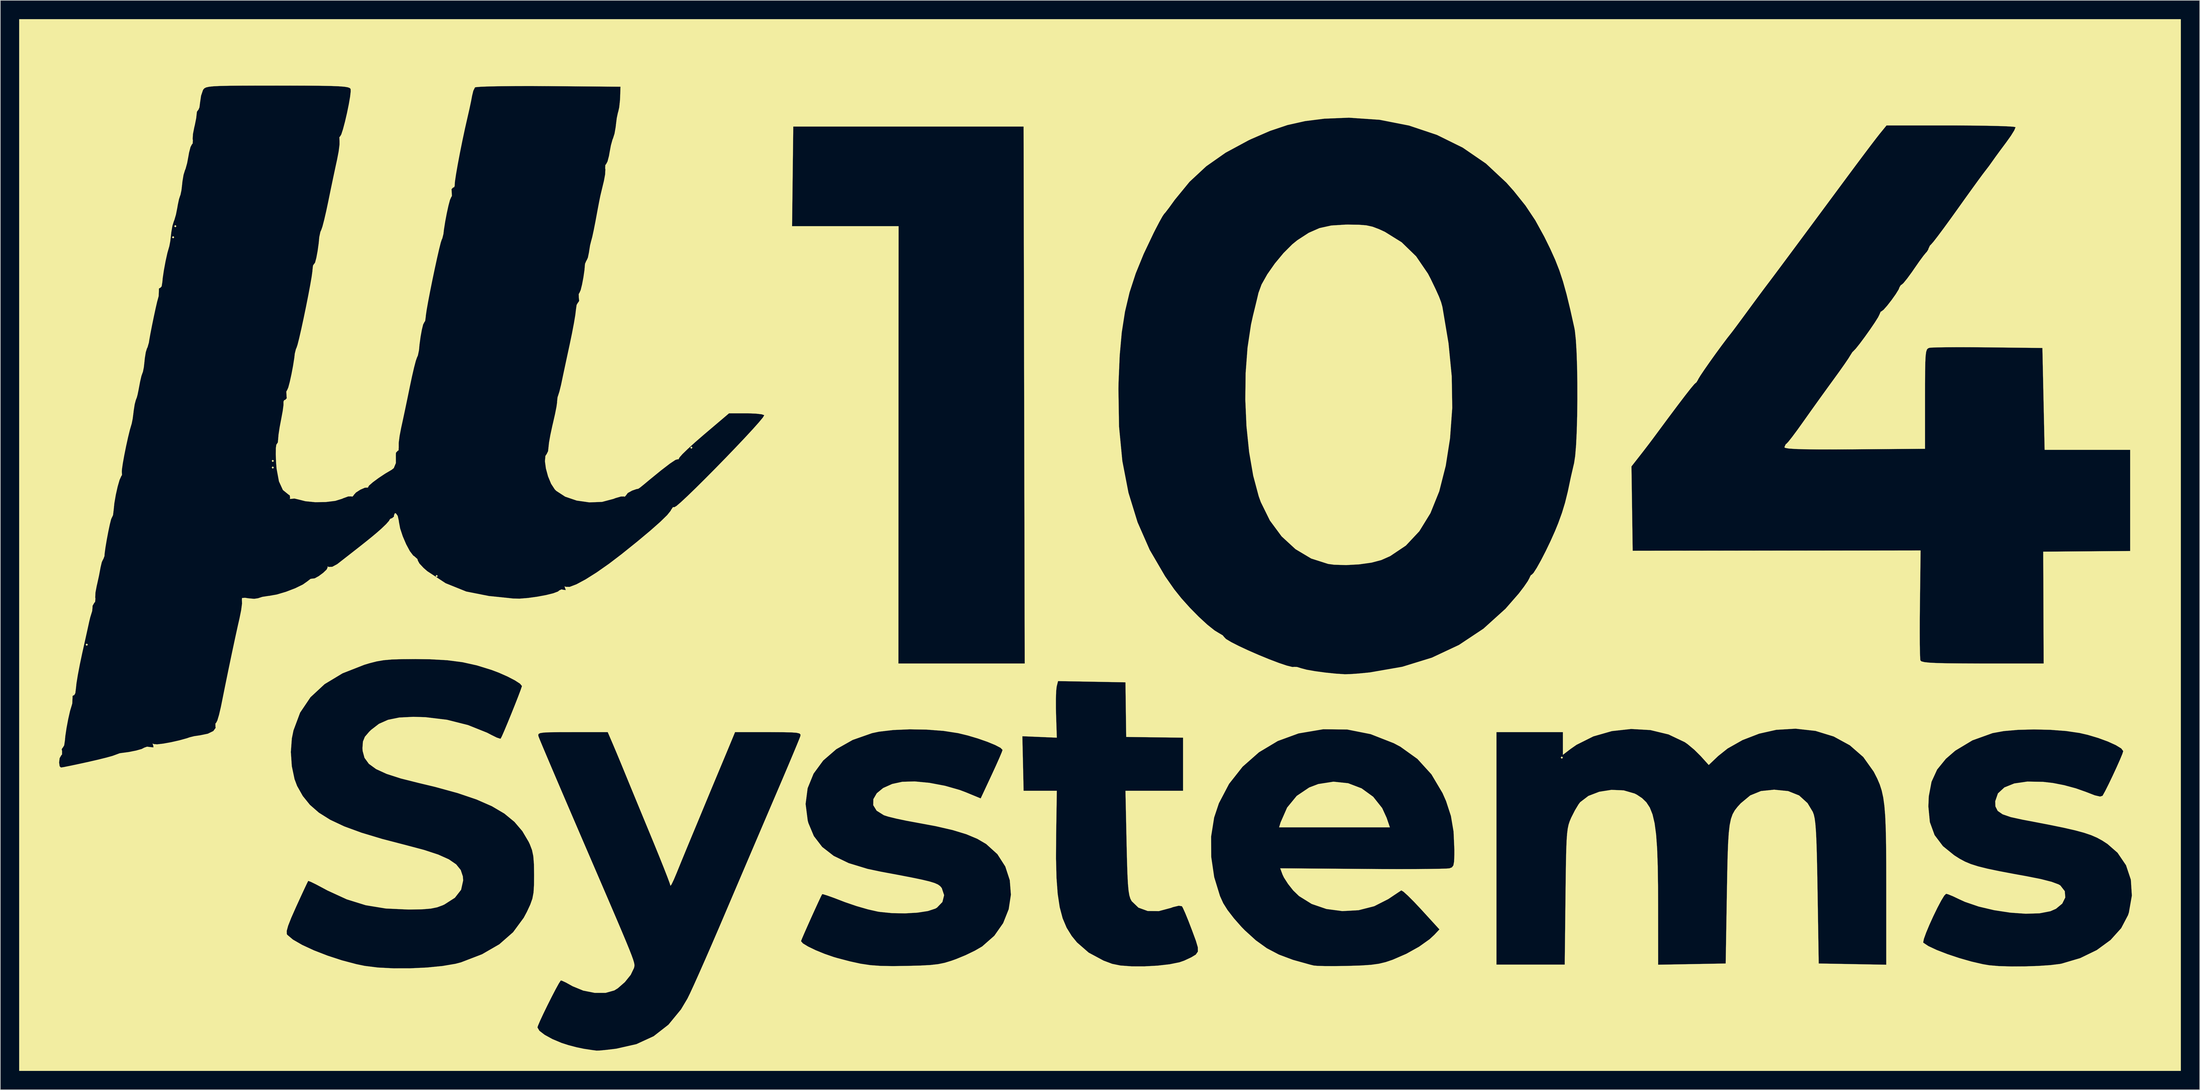
<source format=kicad_pcb>
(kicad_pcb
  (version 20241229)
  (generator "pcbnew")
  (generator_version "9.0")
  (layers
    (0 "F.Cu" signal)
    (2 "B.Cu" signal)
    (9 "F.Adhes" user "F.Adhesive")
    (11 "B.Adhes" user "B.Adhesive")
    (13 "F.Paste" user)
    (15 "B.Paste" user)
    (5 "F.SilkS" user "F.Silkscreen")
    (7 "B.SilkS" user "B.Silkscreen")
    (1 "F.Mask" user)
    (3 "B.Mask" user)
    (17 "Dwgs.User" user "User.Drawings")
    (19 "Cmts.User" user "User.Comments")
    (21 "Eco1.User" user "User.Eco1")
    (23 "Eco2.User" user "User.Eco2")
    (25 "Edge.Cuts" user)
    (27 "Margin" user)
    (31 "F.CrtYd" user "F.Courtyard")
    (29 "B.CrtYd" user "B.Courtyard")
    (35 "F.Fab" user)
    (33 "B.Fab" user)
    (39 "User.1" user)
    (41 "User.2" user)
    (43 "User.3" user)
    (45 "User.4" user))
  (footprint "logosmall"
    (layer "F.Cu")
    (at 172.161 83.613)
    (property "Reference" "logosmall" (at 0 0 0) (layer "F.SilkS") (effects (font (size 1.524 1.524) (thickness 0.3))))
    (attr through_hole)
    (fp_poly (pts (xy -161.219 16.051) (xy -161.396 16.228) (xy -161.572 16.051) (xy -161.396 15.875) (xy -161.219 16.051)) (stroke (width 0.01) (type solid)) (fill yes) (layer "F.SilkS"))
    (fp_poly (pts (xy -147.461 -48.86) (xy -147.637 -48.683) (xy -147.814 -48.86) (xy -147.637 -49.036) (xy -147.461 -48.86)) (stroke (width 0.01) (type solid)) (fill yes) (layer "F.SilkS"))
    (fp_poly (pts (xy -147.108 -50.624) (xy -147.285 -50.447) (xy -147.461 -50.624) (xy -147.285 -50.8) (xy -147.108 -50.624)) (stroke (width 0.01) (type solid)) (fill yes) (layer "F.SilkS"))
    (fp_poly (pts (xy -131.586 -13.229) (xy -131.762 -13.053) (xy -131.939 -13.229) (xy -131.762 -13.406) (xy -131.586 -13.229)) (stroke (width 0.01) (type solid)) (fill yes) (layer "F.SilkS"))
    (fp_poly (pts (xy -131.586 -12.171) (xy -131.762 -11.994) (xy -131.939 -12.171) (xy -131.762 -12.347) (xy -131.586 -12.171)) (stroke (width 0.01) (type solid)) (fill yes) (layer "F.SilkS"))
    (fp_poly (pts (xy -105.481 5.115) (xy -105.657 5.292) (xy -105.833 5.115) (xy -105.657 4.939) (xy -105.481 5.115)) (stroke (width 0.01) (type solid)) (fill yes) (layer "F.SilkS"))
    (fp_poly (pts (xy -64.911 -15.346) (xy -65.088 -15.169) (xy -65.264 -15.346) (xy -65.088 -15.522) (xy -64.911 -15.346)) (stroke (width 0.01) (type solid)) (fill yes) (layer "F.SilkS"))
    (fp_poly (pts (xy 73.731 34.043) (xy 73.554 34.219) (xy 73.378 34.043) (xy 73.554 33.867) (xy 73.731 34.043)) (stroke (width 0.01) (type solid)) (fill yes) (layer "F.SilkS"))
    (fp_poly (pts (xy 39.527 38.13) (xy 41.671 38.95) (xy 43.513 40.287) (xy 44.942 42.085) (xy 45.653 43.636) (xy 46.171 45.156) (xy 28.527 45.156) (xy 28.767 44.362) (xy 29.803 42.007) (xy 31.331 40.146) (xy 33.319 38.808) (xy 34.768 38.256) (xy 37.189 37.881) (xy 39.527 38.13)) (stroke (width 0.01) (type solid)) (fill yes) (layer "F.SilkS"))
    (fp_poly (pts (xy 41.202 -50.856) (xy 42.412 -50.761) (xy 43.408 -50.543) (xy 44.436 -50.154) (xy 45.378 -49.72) (xy 48.046 -48.061) (xy 50.35 -45.823) (xy 52.235 -43.064) (xy 52.659 -42.251) (xy 53.458 -40.592) (xy 53.993 -39.403) (xy 54.326 -38.53) (xy 54.523 -37.819) (xy 54.552 -37.678) (xy 55.508 -31.976) (xy 56.024 -26.687) (xy 56.104 -21.674) (xy 55.749 -16.801) (xy 55.068 -12.457) (xy 54.032 -8.377) (xy 52.63 -4.899) (xy 50.86 -2.021) (xy 48.722 0.259) (xy 46.213 1.943) (xy 44.798 2.57) (xy 43.25 2.979) (xy 41.291 3.253) (xy 39.206 3.371) (xy 37.281 3.313) (xy 36.336 3.187) (xy 33.636 2.324) (xy 31.143 0.838) (xy 28.927 -1.202) (xy 27.06 -3.727) (xy 25.611 -6.668) (xy 25.279 -7.592) (xy 24.404 -10.87) (xy 23.752 -14.647) (xy 23.331 -18.748) (xy 23.144 -23.001) (xy 23.198 -27.233) (xy 23.499 -31.272) (xy 24.051 -34.944) (xy 24.359 -36.336) (xy 24.712 -37.776) (xy 25.01 -39.009) (xy 25.203 -39.833) (xy 25.237 -39.988) (xy 25.73 -41.334) (xy 26.642 -42.955) (xy 27.847 -44.677) (xy 29.218 -46.33) (xy 30.628 -47.74) (xy 31.431 -48.391) (xy 33.241 -49.566) (xy 34.961 -50.322) (xy 36.833 -50.733) (xy 39.103 -50.874) (xy 39.533 -50.877) (xy 41.202 -50.856)) (stroke (width 0.01) (type solid)) (fill yes) (layer "F.SilkS"))
    (fp_poly (pts (xy 172.156 83.961) (xy -172.156 83.961) (xy -172.156 77.04) (xy -89.606 77.04) (xy -89.291 77.577) (xy -88.447 78.223) (xy -87.22 78.895) (xy -85.761 79.508) (xy -84.667 79.86) (xy -83.36 80.202) (xy -82.204 80.442) (xy -80.84 80.649) (xy -80.194 80.733) (xy -79.665 80.714) (xy -78.639 80.616) (xy -77.317 80.458) (xy -77.019 80.419) (xy -73.843 79.701) (xy -71.095 78.437) (xy -68.741 76.602) (xy -66.741 74.167) (xy -65.717 72.448) (xy -65.312 71.621) (xy -64.675 70.239) (xy -63.849 68.397) (xy -62.875 66.191) (xy -61.796 63.715) (xy -61.616 63.295) (xy -47.625 63.295) (xy -47.315 63.653) (xy -46.487 64.154) (xy -45.297 64.729) (xy -43.899 65.303) (xy -42.446 65.807) (xy -41.833 65.986) (xy -39.823 66.513) (xy -38.144 66.881) (xy -36.586 67.113) (xy -34.939 67.233) (xy -32.995 67.264) (xy -30.692 67.233) (xy -28.584 67.177) (xy -27.005 67.091) (xy -25.779 66.953) (xy -24.729 66.736) (xy -23.679 66.417) (xy -22.931 66.149) (xy -21.414 65.525) (xy -19.935 64.81) (xy -18.805 64.155) (xy -18.765 64.129) (xy -16.835 62.432) (xy -15.427 60.421) (xy -14.543 58.203) (xy -14.19 55.886) (xy -14.37 53.579) (xy -15.087 51.389) (xy -16.347 49.426) (xy -18.137 47.807) (xy -19.559 46.977) (xy -21.303 46.248) (xy -23.469 45.59) (xy -26.154 44.971) (xy -29.069 44.429) (xy -30.83 44.104) (xy -32.442 43.764) (xy -33.715 43.452) (xy -34.42 43.228) (xy -35.58 42.501) (xy -36.124 41.618) (xy -36.101 40.664) (xy -35.557 39.726) (xy -34.541 38.891) (xy -33.099 38.245) (xy -31.5 37.899) (xy -29.519 37.841) (xy -27.165 38.067) (xy -24.69 38.535) (xy -22.348 39.203) (xy -21.409 39.557) (xy -19.006 40.548) (xy -17.264 36.818) (xy -16.579 35.328) (xy -16.02 34.073) (xy -15.648 33.188) (xy -15.522 32.818) (xy -15.84 32.488) (xy -16.696 32.039) (xy -17.946 31.525) (xy -19.444 31.002) (xy -20.666 30.637) (xy -12.369 30.637) (xy -12.27 34.986) (xy -12.171 39.335) (xy -6.879 39.335) (xy -6.989 46.39) (xy -7.01 50.101) (xy -6.933 53.196) (xy -6.742 55.763) (xy -6.421 57.888) (xy -5.952 59.655) (xy -5.319 61.153) (xy -4.506 62.467) (xy -3.665 63.497) (xy -1.802 65.121) (xy 0.567 66.393) (xy 1.94 66.907) (xy 3.253 67.172) (xy 5.03 67.302) (xy 7.064 67.306) (xy 9.151 67.194) (xy 11.085 66.974) (xy 12.66 66.656) (xy 13.406 66.396) (xy 14.537 65.868) (xy 15.251 65.438) (xy 15.587 64.957) (xy 15.582 64.272) (xy 15.275 63.232) (xy 14.705 61.688) (xy 14.642 61.519) (xy 14.077 60.046) (xy 13.575 58.818) (xy 13.2 57.987) (xy 13.045 57.72) (xy 12.547 57.644) (xy 11.649 57.857) (xy 11.305 57.984) (xy 9.365 58.504) (xy 7.598 58.486) (xy 6.119 57.949) (xy 5.046 56.918) (xy 4.838 56.527) (xy 4.676 56) (xy 4.549 55.244) (xy 4.451 54.167) (xy 4.372 52.675) (xy 4.306 50.677) (xy 4.243 48.079) (xy 4.233 47.642) (xy 4.211 46.598) (xy 17.699 46.598) (xy 17.71 49.846) (xy 18.187 53.091) (xy 19.107 56.096) (xy 19.626 57.245) (xy 20.307 58.329) (xy 21.335 59.661) (xy 22.533 61.019) (xy 23.069 61.568) (xy 24.825 63.164) (xy 26.576 64.422) (xy 28.492 65.43) (xy 30.744 66.274) (xy 33.501 67.042) (xy 34.043 67.173) (xy 34.647 67.228) (xy 35.801 67.259) (xy 37.35 67.263) (xy 39.139 67.241) (xy 39.511 67.233) (xy 41.607 67.166) (xy 43.183 67.059) (xy 44.421 66.888) (xy 45.508 66.626) (xy 46.626 66.248) (xy 46.63 66.246) (xy 48.797 65.304) (xy 50.823 64.174) (xy 52.497 62.983) (xy 53.247 62.289) (xy 54.066 61.417) (xy 51.155 58.231) (xy 50.02 57.023) (xy 49.049 56.051) (xy 48.341 55.412) (xy 47.996 55.2) (xy 47.989 55.203) (xy 47.581 55.47) (xy 46.776 56.007) (xy 45.919 56.582) (xy 43.673 57.723) (xy 41.185 58.358) (xy 38.601 58.501) (xy 36.062 58.164) (xy 33.713 57.36) (xy 31.696 56.103) (xy 30.767 55.206) (xy 29.951 54.171) (xy 29.303 53.163) (xy 29.08 52.698) (xy 28.703 51.682) (xy 41.78 51.782) (xy 44.779 51.8) (xy 47.578 51.807) (xy 50.095 51.802) (xy 52.243 51.788) (xy 53.941 51.763) (xy 55.103 51.73) (xy 55.646 51.689) (xy 55.651 51.687) (xy 56.049 51.537) (xy 56.286 51.224) (xy 56.403 50.594) (xy 56.442 49.49) (xy 56.444 48.725) (xy 56.316 45.835) (xy 55.895 43.341) (xy 55.124 40.977) (xy 54.556 39.688) (xy 52.788 36.707) (xy 50.557 34.253) (xy 47.839 32.304) (xy 46.795 31.75) (xy 43.109 30.306) (xy 41.492 29.986) (xy 63.147 29.986) (xy 63.147 67.028) (xy 74.022 67.028) (xy 74.144 56.18) (xy 74.181 53.115) (xy 74.218 50.669) (xy 74.262 48.757) (xy 74.32 47.293) (xy 74.397 46.19) (xy 74.5 45.363) (xy 74.635 44.725) (xy 74.809 44.191) (xy 75.027 43.675) (xy 75.07 43.581) (xy 75.643 42.45) (xy 76.215 41.499) (xy 76.478 41.15) (xy 77.787 40.152) (xy 79.52 39.487) (xy 81.466 39.183) (xy 83.413 39.267) (xy 85.149 39.769) (xy 85.517 39.958) (xy 86.34 40.505) (xy 87.02 41.164) (xy 87.57 42.004) (xy 88.004 43.093) (xy 88.334 44.499) (xy 88.574 46.289) (xy 88.737 48.532) (xy 88.835 51.296) (xy 88.883 54.648) (xy 88.893 57.424) (xy 88.9 67.046) (xy 99.66 66.851) (xy 99.847 55.739) (xy 99.905 52.463) (xy 99.966 49.811) (xy 100.044 47.702) (xy 100.149 46.054) (xy 100.296 44.787) (xy 100.496 43.818) (xy 100.761 43.067) (xy 101.105 42.452) (xy 101.54 41.892) (xy 102.063 41.321) (xy 103.571 40.069) (xy 105.278 39.374) (xy 107.375 39.158) (xy 107.387 39.158) (xy 109.613 39.381) (xy 111.357 40.08) (xy 112.695 41.298) (xy 113.53 42.686) (xy 113.696 43.132) (xy 113.832 43.746) (xy 113.943 44.606) (xy 114.035 45.786) (xy 114.111 47.364) (xy 114.176 49.415) (xy 114.234 52.016) (xy 114.291 55.244) (xy 114.293 55.386) (xy 114.476 66.851) (xy 125.236 67.046) (xy 125.236 63.477) (xy 131.116 63.477) (xy 131.138 63.539) (xy 131.944 64.075) (xy 133.277 64.699) (xy 134.975 65.356) (xy 136.875 65.989) (xy 138.814 66.543) (xy 140.629 66.962) (xy 141.64 67.132) (xy 143.171 67.262) (xy 145.125 67.321) (xy 147.288 67.311) (xy 149.445 67.238) (xy 151.38 67.108) (xy 152.881 66.924) (xy 153.163 66.87) (xy 156.134 65.991) (xy 158.762 64.715) (xy 160.962 63.108) (xy 162.652 61.23) (xy 163.747 59.147) (xy 163.885 58.721) (xy 164.357 56.032) (xy 164.196 53.496) (xy 163.426 51.193) (xy 162.072 49.201) (xy 160.465 47.798) (xy 159.642 47.263) (xy 158.807 46.805) (xy 157.867 46.398) (xy 156.731 46.016) (xy 155.306 45.632) (xy 153.502 45.219) (xy 151.224 44.752) (xy 148.383 44.204) (xy 146.981 43.941) (xy 145.069 43.524) (xy 143.768 43.076) (xy 142.985 42.534) (xy 142.626 41.834) (xy 142.59 41.001) (xy 143.022 39.749) (xy 144.049 38.799) (xy 145.624 38.165) (xy 147.695 37.864) (xy 150.215 37.91) (xy 151.782 38.09) (xy 153.558 38.438) (xy 155.441 38.947) (xy 157.032 39.509) (xy 157.066 39.523) (xy 158.447 40.058) (xy 159.295 40.255) (xy 159.685 40.13) (xy 159.689 40.124) (xy 160.1 39.381) (xy 160.66 38.269) (xy 161.29 36.954) (xy 161.915 35.604) (xy 162.457 34.385) (xy 162.839 33.465) (xy 162.983 33.009) (xy 162.664 32.584) (xy 161.798 32.055) (xy 160.527 31.479) (xy 158.991 30.915) (xy 157.33 30.421) (xy 156.027 30.12) (xy 153.863 29.804) (xy 151.369 29.615) (xy 148.747 29.556) (xy 146.205 29.623) (xy 143.945 29.819) (xy 142.174 30.141) (xy 142.169 30.142) (xy 138.956 31.297) (xy 136.227 32.937) (xy 134.732 34.232) (xy 133.335 35.949) (xy 132.443 37.896) (xy 132.006 40.216) (xy 131.939 41.827) (xy 132.177 44.321) (xy 132.931 46.391) (xy 134.262 48.154) (xy 136.055 49.607) (xy 136.918 50.157) (xy 137.772 50.616) (xy 138.722 51.012) (xy 139.875 51.376) (xy 141.335 51.74) (xy 143.21 52.133) (xy 145.603 52.586) (xy 147.588 52.945) (xy 149.855 53.396) (xy 151.574 53.837) (xy 152.683 54.248) (xy 152.968 54.421) (xy 153.668 55.322) (xy 153.751 56.326) (xy 153.267 57.305) (xy 152.266 58.132) (xy 151.377 58.521) (xy 149.646 58.853) (xy 147.455 58.92) (xy 144.987 58.747) (xy 142.428 58.358) (xy 139.961 57.777) (xy 137.77 57.029) (xy 136.887 56.626) (xy 135.855 56.134) (xy 135.058 55.812) (xy 134.766 55.739) (xy 134.467 56.039) (xy 133.981 56.837) (xy 133.378 57.979) (xy 132.73 59.311) (xy 132.108 60.681) (xy 131.585 61.934) (xy 131.23 62.917) (xy 131.116 63.477) (xy 125.236 63.477) (xy 125.236 54.587) (xy 125.23 50.936) (xy 125.207 47.909) (xy 125.157 45.425) (xy 125.072 43.403) (xy 124.942 41.763) (xy 124.759 40.423) (xy 124.514 39.301) (xy 124.198 38.317) (xy 123.802 37.391) (xy 123.317 36.439) (xy 123.221 36.261) (xy 121.574 33.95) (xy 119.429 32.079) (xy 116.864 30.68) (xy 113.957 29.787) (xy 110.788 29.435) (xy 107.714 29.617) (xy 104.992 30.228) (xy 102.333 31.254) (xy 99.965 32.593) (xy 98.464 33.789) (xy 96.96 35.22) (xy 95.666 33.788) (xy 94.659 32.789) (xy 93.583 31.891) (xy 93.135 31.578) (xy 90.553 30.352) (xy 87.661 29.656) (xy 84.605 29.482) (xy 81.529 29.821) (xy 78.578 30.665) (xy 75.899 32.005) (xy 74.97 32.652) (xy 73.731 33.598) (xy 73.731 29.986) (xy 63.147 29.986) (xy 41.492 29.986) (xy 39.365 29.565) (xy 35.549 29.526) (xy 31.649 30.186) (xy 31.604 30.197) (xy 28.315 31.399) (xy 25.324 33.191) (xy 22.71 35.495) (xy 20.554 38.231) (xy 18.934 41.32) (xy 18.179 43.583) (xy 17.699 46.598) (xy 4.211 46.598) (xy 4.057 39.335) (xy 13.229 39.335) (xy 13.229 30.868) (xy 8.7 30.81) (xy 4.172 30.752) (xy 4.114 26.4) (xy 4.057 22.049) (xy -1.314 21.951) (xy -6.685 21.854) (xy -6.903 22.723) (xy -6.984 23.437) (xy -7.026 24.659) (xy -7.025 26.19) (xy -7 27.23) (xy -6.879 30.868) (xy -12.369 30.637) (xy -20.666 30.637) (xy -21.045 30.524) (xy -22.603 30.146) (xy -22.609 30.145) (xy -24.939 29.787) (xy -27.582 29.585) (xy -30.319 29.538) (xy -32.933 29.648) (xy -35.206 29.914) (xy -36.311 30.147) (xy -39.396 31.229) (xy -42 32.699) (xy -44.089 34.505) (xy -45.624 36.596) (xy -46.572 38.922) (xy -46.895 41.431) (xy -46.559 44.072) (xy -46.447 44.485) (xy -45.58 46.551) (xy -44.254 48.28) (xy -42.42 49.705) (xy -40.031 50.859) (xy -37.038 51.772) (xy -34.925 52.22) (xy -32.155 52.735) (xy -29.997 53.151) (xy -28.367 53.49) (xy -27.181 53.774) (xy -26.357 54.026) (xy -25.811 54.269) (xy -25.459 54.525) (xy -25.218 54.817) (xy -25.199 54.846) (xy -24.831 55.963) (xy -25.102 57.05) (xy -25.962 57.944) (xy -26.235 58.104) (xy -27.41 58.491) (xy -29.082 58.747) (xy -31.053 58.861) (xy -33.123 58.825) (xy -35.096 58.627) (xy -35.413 58.576) (xy -36.945 58.23) (xy -38.785 57.699) (xy -40.596 57.081) (xy -41.04 56.911) (xy -42.39 56.392) (xy -43.467 56.008) (xy -44.123 55.809) (xy -44.252 55.798) (xy -44.446 56.17) (xy -44.847 57.022) (xy -45.385 58.193) (xy -45.989 59.525) (xy -46.585 60.859) (xy -47.105 62.037) (xy -47.475 62.901) (xy -47.625 63.291) (xy -47.625 63.295) (xy -61.616 63.295) (xy -60.654 61.065) (xy -59.962 59.443) (xy -58.624 56.302) (xy -57.17 52.893) (xy -55.677 49.394) (xy -54.221 45.985) (xy -52.879 42.846) (xy -51.727 40.154) (xy -51.603 39.864) (xy -50.607 37.533) (xy -49.699 35.394) (xy -48.918 33.539) (xy -48.301 32.059) (xy -47.889 31.048) (xy -47.72 30.603) (xy -47.702 30.366) (xy -47.874 30.198) (xy -48.335 30.088) (xy -49.186 30.025) (xy -50.526 29.995) (xy -52.455 29.986) (xy -52.837 29.986) (xy -58.132 29.986) (xy -58.677 31.309) (xy -59.045 32.196) (xy -59.598 33.526) (xy -60.252 35.093) (xy -60.698 36.16) (xy -61.41 37.864) (xy -62.117 39.561) (xy -62.715 41.003) (xy -62.974 41.628) (xy -63.482 42.856) (xy -64.146 44.455) (xy -64.849 46.145) (xy -65.098 46.743) (xy -65.824 48.493) (xy -66.588 50.351) (xy -67.256 51.987) (xy -67.418 52.388) (xy -67.888 53.499) (xy -68.242 54.236) (xy -68.418 54.472) (xy -68.427 54.439) (xy -68.56 54.004) (xy -68.927 53.018) (xy -69.489 51.578) (xy -70.208 49.784) (xy -71.043 47.734) (xy -71.478 46.678) (xy -72.442 44.347) (xy -73.392 42.047) (xy -74.268 39.921) (xy -75.011 38.117) (xy -75.56 36.779) (xy -75.669 36.513) (xy -76.322 34.922) (xy -76.992 33.312) (xy -77.548 31.995) (xy -77.615 31.838) (xy -78.411 29.986) (xy -84.032 29.986) (xy -86.134 29.989) (xy -87.628 30.008) (xy -88.612 30.055) (xy -89.184 30.143) (xy -89.44 30.284) (xy -89.48 30.493) (xy -89.426 30.7) (xy -89.245 31.16) (xy -88.812 32.201) (xy -88.155 33.757) (xy -87.304 35.762) (xy -86.286 38.149) (xy -85.129 40.852) (xy -83.862 43.805) (xy -82.514 46.942) (xy -82.482 47.016) (xy -80.734 51.074) (xy -79.245 54.533) (xy -77.995 57.444) (xy -76.962 59.857) (xy -76.128 61.821) (xy -75.472 63.387) (xy -74.975 64.605) (xy -74.615 65.525) (xy -74.373 66.196) (xy -74.229 66.669) (xy -74.164 66.994) (xy -74.156 67.22) (xy -74.186 67.398) (xy -74.234 67.578) (xy -74.235 67.584) (xy -74.753 68.66) (xy -75.681 69.812) (xy -76.801 70.792) (xy -77.366 71.14) (xy -78.754 71.528) (xy -80.479 71.529) (xy -82.307 71.169) (xy -84.003 70.473) (xy -84.165 70.382) (xy -85.084 69.874) (xy -85.719 69.583) (xy -85.891 69.554) (xy -86.198 70.026) (xy -86.709 70.954) (xy -87.344 72.177) (xy -88.024 73.532) (xy -88.669 74.86) (xy -89.198 75.998) (xy -89.531 76.786) (xy -89.606 77.04) (xy -172.156 77.04) (xy -172.156 61.656) (xy -129.543 61.656) (xy -129.534 62.141) (xy -129.459 62.278) (xy -128.547 63.045) (xy -127.081 63.891) (xy -125.199 64.761) (xy -123.039 65.599) (xy -120.739 66.35) (xy -118.438 66.958) (xy -117.122 67.23) (xy -115.019 67.494) (xy -112.533 67.62) (xy -109.858 67.617) (xy -107.191 67.49) (xy -104.727 67.248) (xy -102.661 66.898) (xy -101.776 66.665) (xy -98.426 65.377) (xy -95.68 63.791) (xy -93.486 61.868) (xy -91.792 59.568) (xy -91.285 58.62) (xy -90.749 57.469) (xy -90.411 56.52) (xy -90.227 55.543) (xy -90.152 54.305) (xy -90.139 52.74) (xy -90.165 50.996) (xy -90.264 49.743) (xy -90.47 48.767) (xy -90.818 47.856) (xy -91.012 47.449) (xy -92.011 45.759) (xy -93.275 44.277) (xy -94.87 42.965) (xy -96.863 41.788) (xy -99.321 40.711) (xy -102.309 39.699) (xy -105.893 38.715) (xy -108.479 38.096) (xy -111.376 37.368) (xy -113.631 36.64) (xy -115.304 35.875) (xy -116.458 35.035) (xy -117.153 34.08) (xy -117.452 32.974) (xy -117.475 32.511) (xy -117.403 31.491) (xy -117.093 30.727) (xy -116.405 29.923) (xy -116.093 29.621) (xy -114.855 28.667) (xy -113.407 28.023) (xy -111.623 27.66) (xy -109.377 27.548) (xy -107.456 27.604) (xy -104.019 28.017) (xy -100.659 28.864) (xy -97.629 30.077) (xy -96.93 30.442) (xy -96.091 30.856) (xy -95.546 31.033) (xy -95.461 31.019) (xy -95.265 30.636) (xy -94.878 29.751) (xy -94.363 28.522) (xy -93.783 27.106) (xy -93.203 25.66) (xy -92.685 24.34) (xy -92.293 23.303) (xy -92.09 22.706) (xy -92.075 22.633) (xy -92.381 22.263) (xy -93.2 21.733) (xy -94.38 21.121) (xy -95.771 20.507) (xy -96.909 20.077) (xy -99.248 19.352) (xy -101.532 18.845) (xy -103.966 18.529) (xy -106.751 18.373) (xy -109.013 18.344) (xy -111.169 18.357) (xy -112.801 18.41) (xy -114.089 18.523) (xy -115.216 18.715) (xy -116.362 19.008) (xy -117.192 19.258) (xy -120.649 20.614) (xy -123.504 22.335) (xy -125.757 24.424) (xy -127.411 26.881) (xy -128.466 29.708) (xy -128.727 30.983) (xy -128.886 33.152) (xy -128.732 35.416) (xy -128.297 37.484) (xy -127.891 38.561) (xy -126.986 40.163) (xy -125.85 41.571) (xy -124.415 42.823) (xy -122.613 43.955) (xy -120.377 45.006) (xy -117.638 46.01) (xy -114.329 47.006) (xy -110.564 47.986) (xy -107.666 48.755) (xy -105.408 49.497) (xy -103.724 50.251) (xy -102.552 51.055) (xy -101.827 51.95) (xy -101.486 52.975) (xy -101.44 53.622) (xy -101.767 55.105) (xy -102.755 56.373) (xy -104.412 57.438) (xy -104.701 57.573) (xy -105.577 57.896) (xy -106.594 58.102) (xy -107.928 58.212) (xy -109.755 58.249) (xy -110.184 58.249) (xy -113.776 58.086) (xy -116.961 57.565) (xy -119.973 56.629) (xy -123.044 55.22) (xy -123.756 54.837) (xy -124.865 54.247) (xy -125.702 53.839) (xy -126.108 53.69) (xy -126.121 53.694) (xy -126.295 54.036) (xy -126.702 54.896) (xy -127.281 56.145) (xy -127.974 57.658) (xy -128.038 57.797) (xy -128.826 59.58) (xy -129.318 60.834) (xy -129.543 61.656) (xy -172.156 61.656) (xy -172.156 34.819) (xy -165.799 34.819) (xy -165.713 35.424) (xy -165.506 35.631) (xy -165.061 35.558) (xy -164.077 35.362) (xy -162.704 35.072) (xy -161.25 34.755) (xy -159.639 34.385) (xy -158.267 34.045) (xy -157.291 33.775) (xy -156.881 33.626) (xy -156.157 33.357) (xy -155.934 33.322) (xy -154.723 33.162) (xy -153.553 32.93) (xy -152.647 32.678) (xy -152.225 32.458) (xy -151.787 32.307) (xy -151.286 32.368) (xy -150.762 32.424) (xy -150.797 32.129) (xy -150.812 32.104) (xy -150.906 31.808) (xy -150.681 31.899) (xy -150.178 31.933) (xy -149.198 31.818) (xy -147.947 31.592) (xy -146.628 31.294) (xy -145.444 30.965) (xy -144.992 30.809) (xy -144.274 30.632) (xy -143.326 30.492) (xy -142.104 30.24) (xy -141.234 29.817) (xy -140.863 29.309) (xy -140.888 29.1) (xy -140.894 28.609) (xy -140.787 28.51) (xy -140.591 28.135) (xy -140.322 27.238) (xy -140.029 25.99) (xy -139.944 25.576) (xy -139.398 22.854) (xy -138.827 20.065) (xy -138.264 17.371) (xy -137.744 14.934) (xy -137.301 12.916) (xy -137.058 11.857) (xy -136.799 10.578) (xy -136.661 9.532) (xy -136.674 8.941) (xy -136.677 8.932) (xy -136.664 8.621) (xy -136.185 8.581) (xy -135.661 8.663) (xy -134.728 8.748) (xy -134.074 8.652) (xy -134.039 8.633) (xy -133.427 8.435) (xy -132.476 8.289) (xy -132.341 8.277) (xy -131.116 8.06) (xy -129.655 7.627) (xy -128.195 7.068) (xy -126.975 6.473) (xy -126.283 5.986) (xy -125.748 5.571) (xy -125.469 5.529) (xy -125.088 5.489) (xy -124.438 5.129) (xy -123.733 4.608) (xy -123.187 4.089) (xy -123.017 3.73) (xy -123.033 3.705) (xy -123.041 3.581) (xy -122.851 3.671) (xy -122.288 3.647) (xy -121.51 3.229) (xy -121.44 3.176) (xy -119.455 1.629) (xy -117.935 0.438) (xy -116.786 -0.474) (xy -115.914 -1.182) (xy -115.224 -1.76) (xy -114.623 -2.286) (xy -114.476 -2.417) (xy -113.708 -3.152) (xy -113.234 -3.693) (xy -113.153 -3.871) (xy -112.963 -4.052) (xy -112.801 -4.073) (xy -112.459 -4.352) (xy -112.459 -4.547) (xy -112.324 -4.881) (xy -112.152 -4.87) (xy -111.861 -4.461) (xy -111.681 -3.638) (xy -111.67 -3.497) (xy -111.477 -2.465) (xy -111.062 -1.212) (xy -110.517 0.06) (xy -109.932 1.148) (xy -109.4 1.848) (xy -109.202 1.982) (xy -108.723 2.41) (xy -108.656 2.66) (xy -108.4 3.128) (xy -107.742 3.831) (xy -107.156 4.344) (xy -104.236 6.261) (xy -100.951 7.585) (xy -97.342 8.298) (xy -97.147 8.318) (xy -95.646 8.47) (xy -94.124 8.629) (xy -93.432 8.704) (xy -92.422 8.719) (xy -91.104 8.612) (xy -89.656 8.413) (xy -88.257 8.154) (xy -87.089 7.867) (xy -86.331 7.583) (xy -86.143 7.419) (xy -85.778 7.247) (xy -85.468 7.312) (xy -85.091 7.359) (xy -85.192 7.061) (xy -85.289 6.759) (xy -85.086 6.838) (xy -84.463 6.843) (xy -83.386 6.431) (xy -81.931 5.649) (xy -80.177 4.543) (xy -78.203 3.158) (xy -76.2 1.63) (xy -73.7 -0.381) (xy -71.637 -2.106) (xy -70.042 -3.517) (xy -68.947 -4.584) (xy -68.385 -5.28) (xy -68.324 -5.415) (xy -68.025 -5.857) (xy -67.79 -5.856) (xy -67.467 -6.042) (xy -66.738 -6.668) (xy -65.679 -7.656) (xy -64.365 -8.929) (xy -62.871 -10.411) (xy -61.273 -12.023) (xy -59.645 -13.69) (xy -58.064 -15.334) (xy -56.603 -16.877) (xy -55.339 -18.243) (xy -54.347 -19.355) (xy -53.701 -20.135) (xy -53.478 -20.507) (xy -53.481 -20.518) (xy -53.897 -20.659) (xy -54.833 -20.763) (xy -56.102 -20.812) (xy -56.377 -20.813) (xy -59.09 -20.813) (xy -63.059 -17.445) (xy -64.458 -16.233) (xy -65.641 -15.159) (xy -66.512 -14.314) (xy -66.977 -13.789) (xy -67.028 -13.683) (xy -67.165 -13.452) (xy -67.243 -13.503) (xy -67.626 -13.389) (xy -68.517 -12.795) (xy -69.91 -11.726) (xy -71.799 -10.186) (xy -72.672 -9.457) (xy -73.27 -8.975) (xy -73.551 -8.789) (xy -73.554 -8.792) (xy -73.839 -8.738) (xy -74.524 -8.5) (xy -75.218 -8.12) (xy -75.494 -7.749) (xy -75.7 -7.518) (xy -75.81 -7.562) (xy -76.305 -7.557) (xy -77.161 -7.31) (xy -77.485 -7.183) (xy -79.302 -6.701) (xy -81.329 -6.621) (xy -83.359 -6.909) (xy -85.188 -7.532) (xy -86.612 -8.457) (xy -86.847 -8.694) (xy -87.43 -9.585) (xy -87.915 -10.76) (xy -88.257 -12.024) (xy -88.412 -13.179) (xy -88.334 -14.028) (xy -88.13 -14.327) (xy -87.911 -14.778) (xy -87.842 -15.407) (xy -87.76 -16.16) (xy -87.543 -17.372) (xy -87.232 -18.818) (xy -87.123 -19.279) (xy -86.805 -20.675) (xy -86.576 -21.829) (xy -86.473 -22.555) (xy -86.474 -22.678) (xy -86.403 -23.37) (xy -86.311 -23.636) (xy -86.102 -24.294) (xy -85.848 -25.32) (xy -85.756 -25.753) (xy -85.554 -26.721) (xy -85.243 -28.181) (xy -84.868 -29.931) (xy -84.474 -31.75) (xy -84.103 -33.536) (xy -83.791 -35.172) (xy -83.571 -36.482) (xy -83.475 -37.288) (xy -83.474 -37.306) (xy -83.363 -38.087) (xy -83.149 -38.45) (xy -83.126 -38.453) (xy -82.956 -38.734) (xy -83.005 -39.158) (xy -83.031 -39.807) (xy -82.894 -40.045) (xy -82.716 -40.448) (xy -82.498 -41.328) (xy -82.283 -42.462) (xy -82.114 -43.627) (xy -82.031 -44.599) (xy -82.03 -44.626) (xy -81.81 -45.135) (xy -81.774 -45.165) (xy -81.57 -45.61) (xy -81.396 -46.452) (xy -81.38 -46.576) (xy -81.222 -47.568) (xy -81.038 -48.303) (xy -81.028 -48.331) (xy -80.873 -48.906) (xy -80.64 -49.979) (xy -80.513 -50.624) (xy -49.049 -50.624) (xy -32.084 -50.624) (xy -32.098 -15.787) (xy -32.113 19.05) (xy -11.992 19.05) (xy -12.081 -23.724) (xy -12.083 -24.694) (xy 2.932 -24.694) (xy 3.028 -18.702) (xy 3.555 -13.213) (xy 4.532 -8.154) (xy 5.979 -3.455) (xy 7.916 0.956) (xy 10.364 5.149) (xy 11.818 7.232) (xy 12.966 8.668) (xy 14.316 10.172) (xy 15.736 11.614) (xy 17.091 12.863) (xy 18.25 13.788) (xy 18.929 14.201) (xy 19.55 14.567) (xy 19.756 14.822) (xy 20.065 15.145) (xy 20.907 15.65) (xy 22.148 16.282) (xy 23.658 16.985) (xy 25.305 17.703) (xy 26.958 18.38) (xy 28.484 18.961) (xy 29.753 19.388) (xy 30.633 19.607) (xy 30.977 19.587) (xy 31.368 19.6) (xy 32.051 19.813) (xy 32.905 20.039) (xy 34.252 20.276) (xy 35.88 20.497) (xy 37.576 20.671) (xy 38.982 20.763) (xy 39.829 20.744) (xy 41.128 20.654) (xy 42.633 20.509) (xy 43.005 20.468) (xy 48.149 19.573) (xy 52.867 18.119) (xy 57.171 16.098) (xy 61.072 13.505) (xy 64.581 10.334) (xy 66.706 7.898) (xy 67.525 6.822) (xy 68.135 5.932) (xy 68.428 5.388) (xy 68.439 5.33) (xy 68.639 4.957) (xy 68.724 4.939) (xy 69.038 4.637) (xy 69.565 3.817) (xy 70.24 2.61) (xy 70.994 1.144) (xy 71.76 -0.45) (xy 72.472 -2.044) (xy 72.983 -3.296) (xy 73.582 -4.948) (xy 74.067 -6.54) (xy 74.51 -8.33) (xy 74.947 -10.407) (xy 75.06 -10.918) (xy 75.284 -11.887) (xy 75.391 -12.349) (xy 84.651 -12.349) (xy 84.747 -5.63) (xy 84.843 1.089) (xy 107.774 1.066) (xy 130.704 1.043) (xy 130.598 9.569) (xy 130.575 11.97) (xy 130.57 14.149) (xy 130.579 16.003) (xy 130.604 17.429) (xy 130.642 18.322) (xy 130.675 18.572) (xy 130.853 18.718) (xy 131.309 18.832) (xy 132.112 18.919) (xy 133.334 18.98) (xy 135.042 19.02) (xy 137.309 19.042) (xy 140.202 19.05) (xy 140.582 19.05) (xy 150.305 19.05) (xy 150.271 10.142) (xy 150.238 1.235) (xy 157.161 1.181) (xy 164.084 1.128) (xy 164.084 -14.993) (xy 150.46 -14.993) (xy 150.283 -23.107) (xy 150.107 -31.221) (xy 141.464 -31.32) (xy 139.03 -31.341) (xy 136.803 -31.347) (xy 134.889 -31.338) (xy 133.394 -31.315) (xy 132.424 -31.28) (xy 132.115 -31.248) (xy 131.888 -31.164) (xy 131.715 -30.98) (xy 131.59 -30.608) (xy 131.505 -29.961) (xy 131.452 -28.951) (xy 131.423 -27.491) (xy 131.412 -25.492) (xy 131.41 -23.117) (xy 131.41 -15.158) (xy 120.209 -15.076) (xy 116.89 -15.058) (xy 114.227 -15.061) (xy 112.17 -15.085) (xy 110.67 -15.133) (xy 109.676 -15.204) (xy 109.141 -15.302) (xy 109.008 -15.405) (xy 109.221 -15.882) (xy 109.308 -15.934) (xy 109.618 -16.254) (xy 110.237 -17.035) (xy 111.072 -18.157) (xy 111.963 -19.403) (xy 113.238 -21.202) (xy 114.701 -23.246) (xy 116.123 -25.214) (xy 116.773 -26.106) (xy 117.763 -27.473) (xy 118.606 -28.668) (xy 119.209 -29.555) (xy 119.472 -29.986) (xy 119.836 -30.559) (xy 119.981 -30.697) (xy 120.383 -31.115) (xy 121.038 -31.937) (xy 121.832 -33.006) (xy 122.655 -34.163) (xy 123.393 -35.25) (xy 123.935 -36.109) (xy 124.169 -36.582) (xy 124.171 -36.601) (xy 124.354 -37.011) (xy 124.455 -37.042) (xy 124.806 -37.307) (xy 125.397 -37.977) (xy 126.087 -38.864) (xy 126.737 -39.78) (xy 127.204 -40.535) (xy 127.353 -40.913) (xy 127.574 -41.263) (xy 127.648 -41.275) (xy 127.965 -41.548) (xy 128.561 -42.278) (xy 129.33 -43.329) (xy 129.676 -43.833) (xy 130.484 -44.995) (xy 131.157 -45.91) (xy 131.591 -46.437) (xy 131.674 -46.508) (xy 131.932 -46.913) (xy 131.939 -46.998) (xy 132.183 -47.523) (xy 132.416 -47.762) (xy 132.769 -48.168) (xy 133.451 -49.049) (xy 134.387 -50.304) (xy 135.501 -51.833) (xy 136.531 -53.269) (xy 137.763 -54.997) (xy 138.904 -56.584) (xy 139.871 -57.917) (xy 140.579 -58.88) (xy 140.904 -59.306) (xy 141.606 -60.222) (xy 142.169 -61.011) (xy 142.639 -61.674) (xy 143.383 -62.691) (xy 144.248 -63.852) (xy 144.336 -63.97) (xy 145.093 -65.033) (xy 145.62 -65.884) (xy 145.822 -66.369) (xy 145.815 -66.41) (xy 145.435 -66.478) (xy 144.439 -66.539) (xy 142.917 -66.592) (xy 140.959 -66.633) (xy 138.654 -66.662) (xy 136.092 -66.675) (xy 135.466 -66.675) (xy 125.276 -66.675) (xy 124.197 -65.352) (xy 123.644 -64.647) (xy 122.761 -63.491) (xy 121.637 -62) (xy 120.359 -60.292) (xy 119.073 -58.561) (xy 116.234 -54.725) (xy 113.717 -51.327) (xy 111.538 -48.387) (xy 109.711 -45.926) (xy 108.252 -43.965) (xy 107.176 -42.524) (xy 106.499 -41.624) (xy 106.367 -41.451) (xy 105.821 -40.727) (xy 104.985 -39.604) (xy 103.987 -38.253) (xy 103.227 -37.218) (xy 102.26 -35.902) (xy 101.431 -34.781) (xy 100.837 -33.986) (xy 100.595 -33.671) (xy 99.888 -32.773) (xy 99.01 -31.604) (xy 98.052 -30.295) (xy 97.109 -28.975) (xy 96.272 -27.775) (xy 95.634 -26.825) (xy 95.287 -26.254) (xy 95.25 -26.158) (xy 94.982 -25.72) (xy 94.925 -25.694) (xy 94.654 -25.445) (xy 94.088 -24.773) (xy 93.207 -23.65) (xy 91.987 -22.046) (xy 90.405 -19.932) (xy 88.44 -17.277) (xy 88.074 -16.782) (xy 87.424 -15.918) (xy 86.566 -14.799) (xy 85.982 -14.048) (xy 84.651 -12.349) (xy 75.391 -12.349) (xy 75.515 -12.876) (xy 75.69 -14.029) (xy 75.831 -15.752) (xy 75.935 -17.911) (xy 76.003 -20.372) (xy 76.036 -23.001) (xy 76.031 -25.663) (xy 75.99 -28.225) (xy 75.911 -30.551) (xy 75.795 -32.507) (xy 75.641 -33.96) (xy 75.563 -34.396) (xy 74.901 -37.362) (xy 74.313 -39.784) (xy 73.749 -41.812) (xy 73.161 -43.595) (xy 72.498 -45.284) (xy 71.71 -47.03) (xy 70.758 -48.965) (xy 69.326 -51.57) (xy 67.764 -53.915) (xy 65.889 -56.257) (xy 64.723 -57.568) (xy 61.474 -60.605) (xy 57.766 -63.148) (xy 53.663 -65.172) (xy 49.231 -66.657) (xy 44.533 -67.578) (xy 39.636 -67.914) (xy 35.712 -67.753) (xy 32.662 -67.368) (xy 29.865 -66.742) (xy 27.069 -65.803) (xy 24.022 -64.479) (xy 23.662 -64.308) (xy 20.009 -62.337) (xy 16.922 -60.172) (xy 14.263 -57.701) (xy 11.898 -54.814) (xy 11.698 -54.535) (xy 10.996 -53.566) (xy 10.446 -52.847) (xy 10.197 -52.564) (xy 9.946 -52.188) (xy 9.468 -51.333) (xy 8.849 -50.151) (xy 8.543 -49.547) (xy 6.956 -46.21) (xy 5.689 -43.105) (xy 4.706 -40.085) (xy 3.976 -37) (xy 3.463 -33.702) (xy 3.135 -30.042) (xy 2.957 -25.872) (xy 2.932 -24.694) (xy -12.083 -24.694) (xy -12.171 -66.499) (xy -48.86 -66.499) (xy -49.049 -50.624) (xy -80.513 -50.624) (xy -80.37 -51.351) (xy -80.276 -51.858) (xy -80.006 -53.316) (xy -79.766 -54.572) (xy -79.595 -55.414) (xy -79.562 -55.562) (xy -79.376 -56.34) (xy -79.112 -57.436) (xy -79.017 -57.826) (xy -78.824 -58.87) (xy -78.782 -59.662) (xy -78.815 -59.844) (xy -78.789 -60.378) (xy -78.674 -60.498) (xy -78.441 -60.937) (xy -78.208 -61.826) (xy -78.116 -62.362) (xy -77.904 -63.495) (xy -77.654 -64.405) (xy -77.555 -64.643) (xy -77.324 -65.376) (xy -77.14 -66.443) (xy -77.107 -66.76) (xy -76.97 -67.848) (xy -76.788 -68.704) (xy -76.736 -68.857) (xy -76.579 -69.557) (xy -76.463 -70.633) (xy -76.435 -71.151) (xy -76.376 -72.849) (xy -87.819 -72.942) (xy -90.596 -72.955) (xy -93.149 -72.951) (xy -95.39 -72.93) (xy -97.234 -72.894) (xy -98.597 -72.844) (xy -99.39 -72.781) (xy -99.558 -72.739) (xy -99.824 -72.199) (xy -100.015 -71.411) (xy -100.182 -70.521) (xy -100.453 -69.248) (xy -100.719 -68.086) (xy -101.144 -66.217) (xy -101.565 -64.24) (xy -101.96 -62.279) (xy -102.304 -60.463) (xy -102.573 -58.916) (xy -102.745 -57.764) (xy -102.795 -57.134) (xy -102.781 -57.063) (xy -102.887 -56.817) (xy -103.031 -56.797) (xy -103.296 -56.519) (xy -103.262 -56.092) (xy -103.232 -55.445) (xy -103.365 -55.209) (xy -103.54 -54.813) (xy -103.781 -53.912) (xy -104.048 -52.697) (xy -104.301 -51.361) (xy -104.5 -50.097) (xy -104.583 -49.383) (xy -104.761 -48.673) (xy -104.846 -48.501) (xy -105.006 -48.016) (xy -105.266 -46.982) (xy -105.596 -45.542) (xy -105.967 -43.839) (xy -106.348 -42.018) (xy -106.71 -40.221) (xy -107.023 -38.592) (xy -107.256 -37.275) (xy -107.381 -36.414) (xy -107.394 -36.248) (xy -107.486 -35.543) (xy -107.652 -35.278) (xy -107.816 -34.96) (xy -108.019 -34.136) (xy -108.224 -33.003) (xy -108.394 -31.755) (xy -108.478 -30.85) (xy -108.652 -30.023) (xy -108.808 -29.672) (xy -108.985 -29.162) (xy -109.259 -28.114) (xy -109.589 -26.684) (xy -109.924 -25.104) (xy -110.32 -23.178) (xy -110.73 -21.216) (xy -111.099 -19.485) (xy -111.311 -18.521) (xy -111.564 -17.206) (xy -111.706 -16.104) (xy -111.706 -15.446) (xy -111.703 -15.434) (xy -111.723 -14.92) (xy -111.886 -14.817) (xy -112.145 -14.53) (xy -112.165 -14.199) (xy -112.158 -12.882) (xy -112.49 -12.08) (xy -112.827 -11.814) (xy -113.864 -11.202) (xy -114.914 -10.504) (xy -115.821 -9.834) (xy -116.427 -9.307) (xy -116.584 -9.045) (xy -116.597 -8.954) (xy -116.638 -8.982) (xy -117.098 -8.957) (xy -117.815 -8.644) (xy -118.503 -8.202) (xy -118.875 -7.792) (xy -118.886 -7.731) (xy -119.101 -7.526) (xy -119.229 -7.578) (xy -119.741 -7.571) (xy -120.556 -7.277) (xy -120.703 -7.204) (xy -121.817 -6.86) (xy -123.346 -6.674) (xy -125.017 -6.652) (xy -126.558 -6.802) (xy -127.483 -7.038) (xy -128.308 -7.236) (xy -128.848 -7.18) (xy -129.061 -7.171) (xy -128.997 -7.317) (xy -129.056 -7.739) (xy -129.275 -7.882) (xy -130.15 -8.594) (xy -130.777 -9.962) (xy -131.154 -11.989) (xy -131.233 -12.947) (xy -131.285 -14.283) (xy -131.269 -15.299) (xy -131.191 -15.833) (xy -131.149 -15.875) (xy -130.953 -16.174) (xy -130.907 -16.669) (xy -130.845 -17.407) (xy -130.667 -18.58) (xy -130.41 -19.932) (xy -130.178 -21.183) (xy -130.049 -22.156) (xy -130.05 -22.653) (xy -130.056 -22.666) (xy -129.946 -22.911) (xy -129.802 -22.931) (xy -129.537 -23.209) (xy -129.572 -23.636) (xy -129.601 -24.283) (xy -129.468 -24.519) (xy -129.293 -24.915) (xy -129.052 -25.816) (xy -128.785 -27.031) (xy -128.532 -28.366) (xy -128.333 -29.631) (xy -128.25 -30.345) (xy -128.072 -31.054) (xy -127.987 -31.227) (xy -127.819 -31.728) (xy -127.553 -32.778) (xy -127.219 -34.235) (xy -126.847 -35.955) (xy -126.466 -37.793) (xy -126.106 -39.607) (xy -125.796 -41.252) (xy -125.566 -42.584) (xy -125.446 -43.459) (xy -125.436 -43.623) (xy -125.357 -44.342) (xy -125.198 -44.6) (xy -125.181 -44.592) (xy -125.02 -44.832) (xy -124.819 -45.589) (xy -124.616 -46.68) (xy -124.444 -47.919) (xy -124.356 -48.878) (xy -124.181 -49.705) (xy -124.026 -50.055) (xy -123.848 -50.566) (xy -123.575 -51.613) (xy -123.244 -53.044) (xy -122.909 -54.624) (xy -122.514 -56.55) (xy -122.103 -58.512) (xy -121.734 -60.242) (xy -121.523 -61.207) (xy -121.269 -62.521) (xy -121.128 -63.624) (xy -121.128 -64.282) (xy -121.131 -64.294) (xy -121.154 -64.809) (xy -121.048 -64.911) (xy -120.852 -65.23) (xy -120.577 -66.074) (xy -120.26 -67.269) (xy -119.94 -68.645) (xy -119.655 -70.031) (xy -119.443 -71.254) (xy -119.342 -72.142) (xy -119.363 -72.486) (xy -119.495 -72.636) (xy -119.811 -72.756) (xy -120.38 -72.849) (xy -121.272 -72.918) (xy -122.558 -72.967) (xy -124.307 -72.999) (xy -126.59 -73.017) (xy -129.476 -73.024) (xy -131.033 -73.025) (xy -134.178 -73.024) (xy -136.691 -73.017) (xy -138.646 -73) (xy -140.118 -72.969) (xy -141.18 -72.919) (xy -141.905 -72.844) (xy -142.369 -72.742) (xy -142.645 -72.606) (xy -142.807 -72.433) (xy -142.89 -72.292) (xy -143.185 -71.42) (xy -143.343 -70.354) (xy -143.446 -69.548) (xy -143.619 -69.154) (xy -143.647 -69.146) (xy -143.851 -68.852) (xy -143.885 -68.527) (xy -143.966 -67.815) (xy -144.176 -66.764) (xy -144.275 -66.351) (xy -144.478 -65.309) (xy -144.526 -64.517) (xy -144.493 -64.334) (xy -144.52 -63.8) (xy -144.634 -63.679) (xy -144.868 -63.241) (xy -145.1 -62.352) (xy -145.193 -61.816) (xy -145.404 -60.683) (xy -145.654 -59.773) (xy -145.753 -59.535) (xy -145.979 -58.807) (xy -146.158 -57.735) (xy -146.194 -57.366) (xy -146.313 -56.341) (xy -146.466 -55.614) (xy -146.523 -55.477) (xy -146.7 -54.945) (xy -146.899 -54.003) (xy -146.967 -53.589) (xy -147.185 -52.485) (xy -147.441 -51.604) (xy -147.52 -51.421) (xy -147.75 -50.687) (xy -147.932 -49.62) (xy -147.965 -49.304) (xy -148.091 -48.237) (xy -148.247 -47.419) (xy -148.292 -47.272) (xy -148.551 -46.368) (xy -148.842 -45.052) (xy -149.109 -43.613) (xy -149.298 -42.341) (xy -149.351 -41.75) (xy -149.464 -41.042) (xy -149.672 -40.807) (xy -149.695 -40.818) (xy -149.898 -40.691) (xy -149.905 -40.343) (xy -149.94 -39.49) (xy -150.028 -39.158) (xy -150.182 -38.6) (xy -150.424 -37.55) (xy -150.713 -36.209) (xy -151.007 -34.779) (xy -151.264 -33.462) (xy -151.443 -32.457) (xy -151.494 -32.097) (xy -151.712 -31.332) (xy -151.809 -31.145) (xy -151.993 -30.555) (xy -152.15 -29.571) (xy -152.19 -29.159) (xy -152.304 -28.138) (xy -152.447 -27.422) (xy -152.501 -27.286) (xy -152.688 -26.758) (xy -152.895 -25.869) (xy -152.918 -25.75) (xy -153.149 -24.52) (xy -153.3 -23.785) (xy -153.418 -23.345) (xy -153.549 -23.001) (xy -153.579 -22.931) (xy -153.76 -22.248) (xy -153.919 -21.23) (xy -153.945 -20.99) (xy -154.079 -19.948) (xy -154.237 -19.157) (xy -154.27 -19.05) (xy -154.522 -18.196) (xy -154.82 -16.977) (xy -155.131 -15.565) (xy -155.419 -14.131) (xy -155.65 -12.846) (xy -155.791 -11.882) (xy -155.807 -11.41) (xy -155.798 -11.394) (xy -155.785 -10.976) (xy -155.9 -10.792) (xy -156.169 -10.197) (xy -156.476 -9.13) (xy -156.77 -7.817) (xy -156.999 -6.487) (xy -157.112 -5.38) (xy -157.207 -4.599) (xy -157.369 -4.236) (xy -157.385 -4.233) (xy -157.519 -3.916) (xy -157.726 -3.091) (xy -157.968 -1.946) (xy -158.209 -0.67) (xy -158.414 0.548) (xy -158.545 1.519) (xy -158.574 1.94) (xy -158.765 2.439) (xy -158.799 2.469) (xy -159.001 2.905) (xy -159.199 3.742) (xy -159.223 3.881) (xy -159.441 5.04) (xy -159.733 6.369) (xy -159.806 6.674) (xy -160.004 7.717) (xy -160.048 8.509) (xy -160.015 8.691) (xy -160.06 9.236) (xy -160.186 9.364) (xy -160.471 9.862) (xy -160.468 9.993) (xy -160.528 10.679) (xy -160.606 10.936) (xy -160.839 11.693) (xy -160.998 12.347) (xy -161.147 13.029) (xy -161.411 14.229) (xy -161.754 15.776) (xy -162.13 17.462) (xy -162.504 19.234) (xy -162.817 20.877) (xy -163.032 22.201) (xy -163.116 22.985) (xy -163.213 23.77) (xy -163.399 24.104) (xy -163.453 24.093) (xy -163.656 24.22) (xy -163.663 24.568) (xy -163.703 25.421) (xy -163.796 25.753) (xy -164.055 26.609) (xy -164.346 27.889) (xy -164.615 29.316) (xy -164.81 30.616) (xy -164.873 31.309) (xy -164.989 32.09) (xy -165.203 32.452) (xy -165.226 32.456) (xy -165.388 32.715) (xy -165.33 32.973) (xy -165.333 33.541) (xy -165.468 33.7) (xy -165.715 34.135) (xy -165.799 34.819) (xy -172.156 34.819) (xy -172.156 -83.608) (xy 172.156 -83.608) (xy 172.156 83.961)) (stroke (width 0.01) (type solid)) (fill yes) (layer "F.SilkS")))
  (gr_rect
    (start -3 -3)
    (end 347.321 170.579)
    (stroke (width 0.1) (type default))
    (fill no)
    (layer "Edge.Cuts")))
</source>
